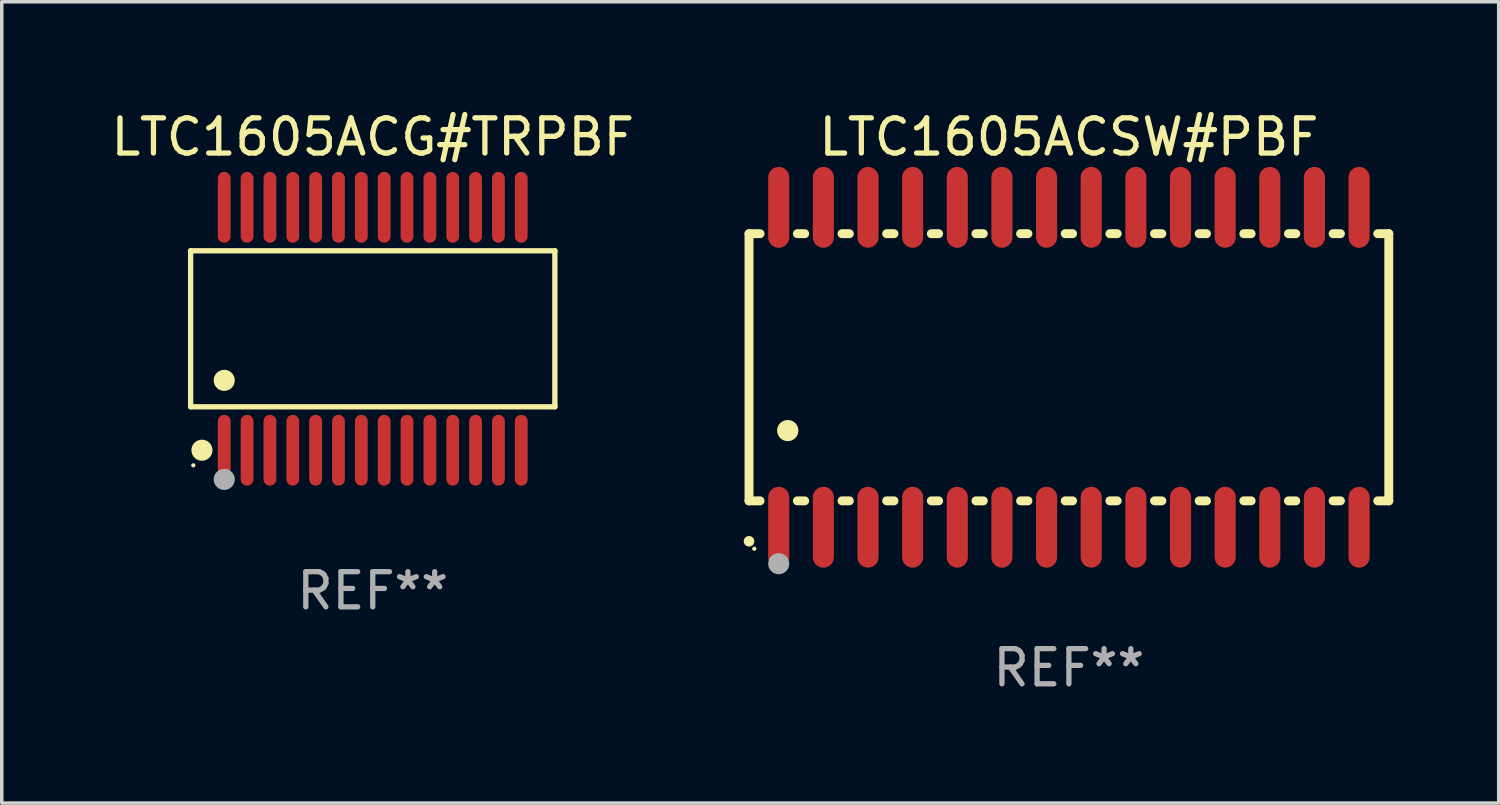
<source format=kicad_pcb>
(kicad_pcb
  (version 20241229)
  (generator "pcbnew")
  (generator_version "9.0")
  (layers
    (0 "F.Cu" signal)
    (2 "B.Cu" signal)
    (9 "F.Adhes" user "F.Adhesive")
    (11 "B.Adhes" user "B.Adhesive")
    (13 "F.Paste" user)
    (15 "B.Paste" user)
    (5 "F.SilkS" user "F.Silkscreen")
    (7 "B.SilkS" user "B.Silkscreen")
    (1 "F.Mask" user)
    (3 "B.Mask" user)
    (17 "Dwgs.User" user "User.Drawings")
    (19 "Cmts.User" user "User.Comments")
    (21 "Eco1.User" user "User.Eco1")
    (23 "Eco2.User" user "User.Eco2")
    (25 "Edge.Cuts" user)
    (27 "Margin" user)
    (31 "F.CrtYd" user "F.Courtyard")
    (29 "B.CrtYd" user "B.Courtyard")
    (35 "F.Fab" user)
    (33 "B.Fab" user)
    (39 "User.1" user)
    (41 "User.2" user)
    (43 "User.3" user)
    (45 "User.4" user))
  (footprint "LTC1605ACG#TRPBF"
    (layer "F.Cu")
    (at 7.554 6.303)
    (property "Reference" "LTC1605ACG#TRPBF" (at 0 -5.455 0) (layer "F.SilkS") (effects (font (size 1 1) (thickness 0.15))))
    (attr through_hole)
    (fp_line (start -5.181 -2.219) (end 5.181 -2.219) (stroke (width 0.152) (type solid)) (layer "F.SilkS"))
    (fp_line (start -5.181 2.219) (end -5.181 -2.219) (stroke (width 0.152) (type solid)) (layer "F.SilkS"))
    (fp_line (start 5.181 -2.219) (end 5.181 2.219) (stroke (width 0.152) (type solid)) (layer "F.SilkS"))
    (fp_line (start 5.181 2.219) (end -5.181 2.219) (stroke (width 0.152) (type solid)) (layer "F.SilkS"))
    (fp_circle (center -5.105 3.885) (end -5.075 3.885) (stroke (width 0.06) (type solid)) (fill no) (layer "F.SilkS"))
    (fp_circle (center -4.859 3.455) (end -4.709 3.455) (stroke (width 0.3) (type solid)) (fill no) (layer "F.SilkS"))
    (fp_circle (center -4.225 1.467) (end -4.075 1.467) (stroke (width 0.3) (type solid)) (fill no) (layer "F.SilkS"))
    (fp_circle (center -4.225 4.285) (end -4.075 4.285) (stroke (width 0.3) (type solid)) (fill no) (layer "F.Fab"))
    (fp_text user "REF**" (at 0 7.455 0) (layer "F.Fab") (effects (font (size 1 1) (thickness 0.15))))
    (pad "1" smd oval (at -4.225 3.455) (size 0.364 2.015) (layers "F.Cu" "F.Mask" "F.Paste"))
    (pad "2" smd oval (at -3.575 3.455) (size 0.364 2.015) (layers "F.Cu" "F.Mask" "F.Paste"))
    (pad "3" smd oval (at -2.925 3.455) (size 0.364 2.015) (layers "F.Cu" "F.Mask" "F.Paste"))
    (pad "4" smd oval (at -2.275 3.455) (size 0.364 2.015) (layers "F.Cu" "F.Mask" "F.Paste"))
    (pad "5" smd oval (at -1.625 3.455) (size 0.364 2.015) (layers "F.Cu" "F.Mask" "F.Paste"))
    (pad "6" smd oval (at -0.975 3.455) (size 0.364 2.015) (layers "F.Cu" "F.Mask" "F.Paste"))
    (pad "7" smd oval (at -0.325 3.455) (size 0.364 2.015) (layers "F.Cu" "F.Mask" "F.Paste"))
    (pad "8" smd oval (at 0.325 3.455) (size 0.364 2.015) (layers "F.Cu" "F.Mask" "F.Paste"))
    (pad "9" smd oval (at 0.975 3.455) (size 0.364 2.015) (layers "F.Cu" "F.Mask" "F.Paste"))
    (pad "10" smd oval (at 1.625 3.455) (size 0.364 2.015) (layers "F.Cu" "F.Mask" "F.Paste"))
    (pad "11" smd oval (at 2.275 3.455) (size 0.364 2.015) (layers "F.Cu" "F.Mask" "F.Paste"))
    (pad "12" smd oval (at 2.925 3.455) (size 0.364 2.015) (layers "F.Cu" "F.Mask" "F.Paste"))
    (pad "13" smd oval (at 3.575 3.455) (size 0.364 2.015) (layers "F.Cu" "F.Mask" "F.Paste"))
    (pad "14" smd oval (at 4.225 3.455) (size 0.364 2.015) (layers "F.Cu" "F.Mask" "F.Paste"))
    (pad "15" smd oval (at 4.225 -3.455) (size 0.364 2.015) (layers "F.Cu" "F.Mask" "F.Paste"))
    (pad "16" smd oval (at 3.575 -3.455) (size 0.364 2.015) (layers "F.Cu" "F.Mask" "F.Paste"))
    (pad "17" smd oval (at 2.925 -3.455) (size 0.364 2.015) (layers "F.Cu" "F.Mask" "F.Paste"))
    (pad "18" smd oval (at 2.275 -3.455) (size 0.364 2.015) (layers "F.Cu" "F.Mask" "F.Paste"))
    (pad "19" smd oval (at 1.625 -3.455) (size 0.364 2.015) (layers "F.Cu" "F.Mask" "F.Paste"))
    (pad "20" smd oval (at 0.975 -3.455) (size 0.364 2.015) (layers "F.Cu" "F.Mask" "F.Paste"))
    (pad "21" smd oval (at 0.325 -3.455) (size 0.364 2.015) (layers "F.Cu" "F.Mask" "F.Paste"))
    (pad "22" smd oval (at -0.325 -3.455) (size 0.364 2.015) (layers "F.Cu" "F.Mask" "F.Paste"))
    (pad "23" smd oval (at -0.975 -3.455) (size 0.364 2.015) (layers "F.Cu" "F.Mask" "F.Paste"))
    (pad "24" smd oval (at -1.625 -3.455) (size 0.364 2.015) (layers "F.Cu" "F.Mask" "F.Paste"))
    (pad "25" smd oval (at -2.275 -3.455) (size 0.364 2.015) (layers "F.Cu" "F.Mask" "F.Paste"))
    (pad "26" smd oval (at -2.925 -3.455) (size 0.364 2.015) (layers "F.Cu" "F.Mask" "F.Paste"))
    (pad "27" smd oval (at -3.575 -3.455) (size 0.364 2.015) (layers "F.Cu" "F.Mask" "F.Paste"))
    (pad "28" smd oval (at -4.225 -3.455) (size 0.364 2.015) (layers "F.Cu" "F.Mask" "F.Paste")))
  (footprint "LTC1605ACSW#PBF"
    (layer "F.Cu")
    (at 27.358 7.398)
    (property "Reference" "LTC1605ACSW#PBF" (at 0 -6.55 0) (layer "F.SilkS") (effects (font (size 1 1) (thickness 0.15))))
    (attr through_hole)
    (fp_line (start -9.1 -3.8) (end -9.1 3.8) (stroke (width 0.254) (type solid)) (layer "F.SilkS"))
    (fp_line (start -9.1 -3.8) (end -8.786 -3.8) (stroke (width 0.254) (type solid)) (layer "F.SilkS"))
    (fp_line (start -9.1 3.8) (end -8.786 3.8) (stroke (width 0.254) (type solid)) (layer "F.SilkS"))
    (fp_line (start -7.724 -3.8) (end -7.516 -3.8) (stroke (width 0.254) (type solid)) (layer "F.SilkS"))
    (fp_line (start -7.724 3.8) (end -7.516 3.8) (stroke (width 0.254) (type solid)) (layer "F.SilkS"))
    (fp_line (start -6.454 -3.8) (end -6.246 -3.8) (stroke (width 0.254) (type solid)) (layer "F.SilkS"))
    (fp_line (start -6.454 3.8) (end -6.246 3.8) (stroke (width 0.254) (type solid)) (layer "F.SilkS"))
    (fp_line (start -5.184 -3.8) (end -4.976 -3.8) (stroke (width 0.254) (type solid)) (layer "F.SilkS"))
    (fp_line (start -5.184 3.8) (end -4.976 3.8) (stroke (width 0.254) (type solid)) (layer "F.SilkS"))
    (fp_line (start -3.914 -3.8) (end -3.706 -3.8) (stroke (width 0.254) (type solid)) (layer "F.SilkS"))
    (fp_line (start -3.914 3.8) (end -3.706 3.8) (stroke (width 0.254) (type solid)) (layer "F.SilkS"))
    (fp_line (start -2.644 -3.8) (end -2.436 -3.8) (stroke (width 0.254) (type solid)) (layer "F.SilkS"))
    (fp_line (start -2.644 3.8) (end -2.436 3.8) (stroke (width 0.254) (type solid)) (layer "F.SilkS"))
    (fp_line (start -1.374 -3.8) (end -1.166 -3.8) (stroke (width 0.254) (type solid)) (layer "F.SilkS"))
    (fp_line (start -1.374 3.8) (end -1.166 3.8) (stroke (width 0.254) (type solid)) (layer "F.SilkS"))
    (fp_line (start -0.104 -3.8) (end 0.104 -3.8) (stroke (width 0.254) (type solid)) (layer "F.SilkS"))
    (fp_line (start -0.104 3.8) (end 0.104 3.8) (stroke (width 0.254) (type solid)) (layer "F.SilkS"))
    (fp_line (start 1.166 -3.8) (end 1.374 -3.8) (stroke (width 0.254) (type solid)) (layer "F.SilkS"))
    (fp_line (start 1.166 3.8) (end 1.374 3.8) (stroke (width 0.254) (type solid)) (layer "F.SilkS"))
    (fp_line (start 2.436 -3.8) (end 2.644 -3.8) (stroke (width 0.254) (type solid)) (layer "F.SilkS"))
    (fp_line (start 2.436 3.8) (end 2.644 3.8) (stroke (width 0.254) (type solid)) (layer "F.SilkS"))
    (fp_line (start 3.706 -3.8) (end 3.914 -3.8) (stroke (width 0.254) (type solid)) (layer "F.SilkS"))
    (fp_line (start 3.706 3.8) (end 3.914 3.8) (stroke (width 0.254) (type solid)) (layer "F.SilkS"))
    (fp_line (start 4.976 -3.8) (end 5.184 -3.8) (stroke (width 0.254) (type solid)) (layer "F.SilkS"))
    (fp_line (start 4.976 3.8) (end 5.184 3.8) (stroke (width 0.254) (type solid)) (layer "F.SilkS"))
    (fp_line (start 6.246 -3.8) (end 6.454 -3.8) (stroke (width 0.254) (type solid)) (layer "F.SilkS"))
    (fp_line (start 6.246 3.8) (end 6.454 3.8) (stroke (width 0.254) (type solid)) (layer "F.SilkS"))
    (fp_line (start 7.516 -3.8) (end 7.724 -3.8) (stroke (width 0.254) (type solid)) (layer "F.SilkS"))
    (fp_line (start 7.516 3.8) (end 7.724 3.8) (stroke (width 0.254) (type solid)) (layer "F.SilkS"))
    (fp_line (start 8.786 -3.8) (end 9.1 -3.8) (stroke (width 0.254) (type solid)) (layer "F.SilkS"))
    (fp_line (start 8.786 3.8) (end 9.1 3.8) (stroke (width 0.254) (type solid)) (layer "F.SilkS"))
    (fp_line (start 9.1 -3.8) (end 9.1 3.8) (stroke (width 0.254) (type solid)) (layer "F.SilkS"))
    (fp_arc (start -9.100864 4.95047) (mid -9.099594 4.950465) (end -9.098324 4.95047) (stroke (width 0.3) (type solid)) (layer "F.SilkS"))
    (fp_arc (start -8.001041 1.800864) (mid -7.998501 1.800853) (end -7.995961 1.800864) (stroke (width 0.6) (type solid)) (layer "F.SilkS"))
    (fp_circle (center -8.95 5.163) (end -8.92 5.163) (stroke (width 0.06) (type solid)) (fill no) (layer "F.SilkS"))
    (fp_circle (center -8.255 5.588) (end -8.105 5.588) (stroke (width 0.3) (type solid)) (fill no) (layer "F.Fab"))
    (fp_text user "REF**" (at 0 8.55 0) (layer "F.Fab") (effects (font (size 1 1) (thickness 0.15))))
    (pad "1" smd oval (at -8.255 4.55 180) (size 0.6 2.3) (layers "F.Cu" "F.Mask" "F.Paste"))
    (pad "2" smd oval (at -6.985 4.55 180) (size 0.6 2.3) (layers "F.Cu" "F.Mask" "F.Paste"))
    (pad "3" smd oval (at -5.715 4.55 180) (size 0.6 2.3) (layers "F.Cu" "F.Mask" "F.Paste"))
    (pad "4" smd oval (at -4.445 4.55 180) (size 0.6 2.3) (layers "F.Cu" "F.Mask" "F.Paste"))
    (pad "5" smd oval (at -3.175 4.55 180) (size 0.6 2.3) (layers "F.Cu" "F.Mask" "F.Paste"))
    (pad "6" smd oval (at -1.905 4.55 180) (size 0.6 2.3) (layers "F.Cu" "F.Mask" "F.Paste"))
    (pad "7" smd oval (at -0.635 4.55 180) (size 0.6 2.3) (layers "F.Cu" "F.Mask" "F.Paste"))
    (pad "8" smd oval (at 0.635 4.55 180) (size 0.6 2.3) (layers "F.Cu" "F.Mask" "F.Paste"))
    (pad "9" smd oval (at 1.905 4.55 180) (size 0.6 2.3) (layers "F.Cu" "F.Mask" "F.Paste"))
    (pad "10" smd oval (at 3.175 4.55 180) (size 0.6 2.3) (layers "F.Cu" "F.Mask" "F.Paste"))
    (pad "11" smd oval (at 4.445 4.55 180) (size 0.6 2.3) (layers "F.Cu" "F.Mask" "F.Paste"))
    (pad "12" smd oval (at 5.715 4.55 180) (size 0.6 2.3) (layers "F.Cu" "F.Mask" "F.Paste"))
    (pad "13" smd oval (at 6.985 4.55 180) (size 0.6 2.3) (layers "F.Cu" "F.Mask" "F.Paste"))
    (pad "14" smd oval (at 8.255 4.55 180) (size 0.6 2.3) (layers "F.Cu" "F.Mask" "F.Paste"))
    (pad "15" smd oval (at 8.255 -4.55 180) (size 0.6 2.3) (layers "F.Cu" "F.Mask" "F.Paste"))
    (pad "16" smd oval (at 6.985 -4.55 180) (size 0.6 2.3) (layers "F.Cu" "F.Mask" "F.Paste"))
    (pad "17" smd oval (at 5.715 -4.55 180) (size 0.6 2.3) (layers "F.Cu" "F.Mask" "F.Paste"))
    (pad "18" smd oval (at 4.445 -4.55 180) (size 0.6 2.3) (layers "F.Cu" "F.Mask" "F.Paste"))
    (pad "19" smd oval (at 3.175 -4.55 180) (size 0.6 2.3) (layers "F.Cu" "F.Mask" "F.Paste"))
    (pad "20" smd oval (at 1.905 -4.55 180) (size 0.6 2.3) (layers "F.Cu" "F.Mask" "F.Paste"))
    (pad "21" smd oval (at 0.635 -4.55 180) (size 0.6 2.3) (layers "F.Cu" "F.Mask" "F.Paste"))
    (pad "22" smd oval (at -0.635 -4.55 180) (size 0.6 2.3) (layers "F.Cu" "F.Mask" "F.Paste"))
    (pad "23" smd oval (at -1.905 -4.55 180) (size 0.6 2.3) (layers "F.Cu" "F.Mask" "F.Paste"))
    (pad "24" smd oval (at -3.175 -4.55 180) (size 0.6 2.3) (layers "F.Cu" "F.Mask" "F.Paste"))
    (pad "25" smd oval (at -4.445 -4.55 180) (size 0.6 2.3) (layers "F.Cu" "F.Mask" "F.Paste"))
    (pad "26" smd oval (at -5.715 -4.55 180) (size 0.6 2.3) (layers "F.Cu" "F.Mask" "F.Paste"))
    (pad "27" smd oval (at -6.985 -4.55 180) (size 0.6 2.3) (layers "F.Cu" "F.Mask" "F.Paste"))
    (pad "28" smd oval (at -8.255 -4.55 180) (size 0.6 2.3) (layers "F.Cu" "F.Mask" "F.Paste")))
  (gr_rect
    (start -3 -3)
    (end 39.585 19.796)
    (stroke (width 0.1) (type default))
    (fill no)
    (layer "Edge.Cuts")))
</source>
